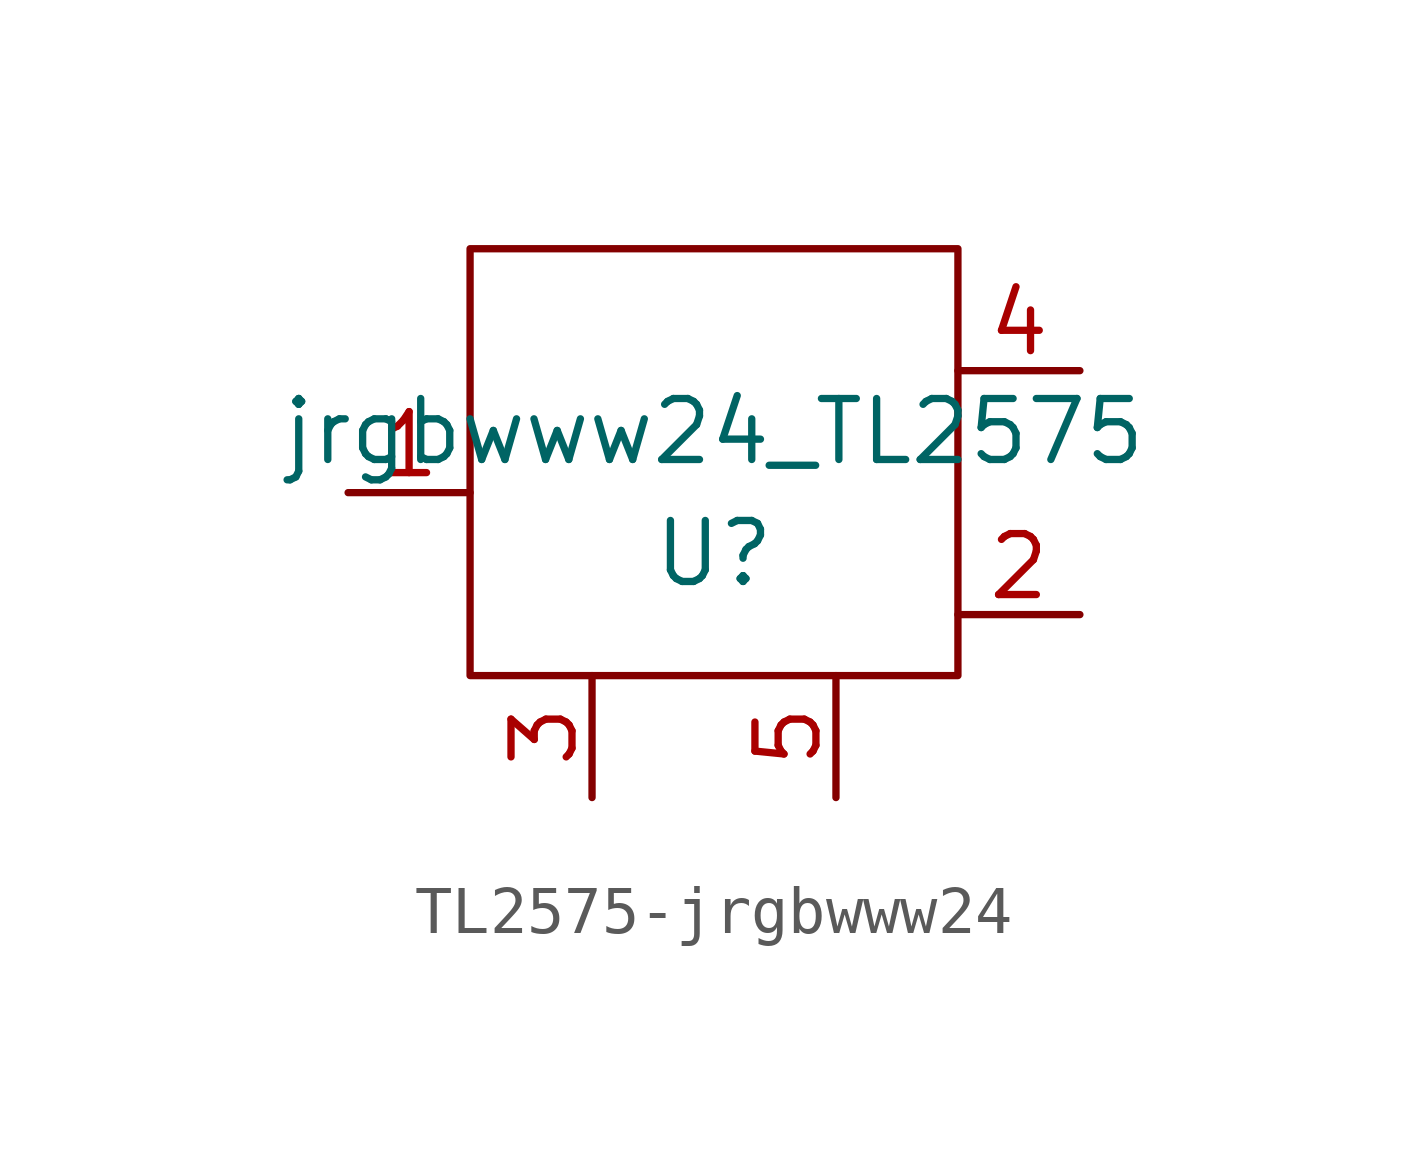
<source format=kicad_sym>
(kicad_symbol_lib
  (version 20220914)
  (generator kicad_symbol_editor)
  (symbol "TL2575-jrgbwww24"
    (pin_names
      (offset 1.016))
    (property "Reference" "U"
      (at 0 -1.27 0)
      (effects (font (size 1.27 1.27))))
    (property "Value" "jrgbwww24_TL2575"
      (at 0 1.27 0)
      (effects (font (size 1.27 1.27))))
    (symbol "TL2575-jrgbwww24_0_1"
      (rectangle (start -5.08 5.08) (end 5.08 -3.81) (stroke (width 0) (type solid)) (fill (type none))))
    (symbol "TL2575-jrgbwww24_1_1"
      (pin power_in line (at -7.62 0 0) (length 2.54) (name "~" (effects (font (size 1.27 1.27)))) (number "1" (effects (font (size 1.27 1.27)))))
      (pin output line (at 7.62 -2.54 180) (length 2.54) (name "~" (effects (font (size 1.27 1.27)))) (number "2" (effects (font (size 1.27 1.27)))))
      (pin power_in line (at -2.54 -6.35 90) (length 2.54) (name "~" (effects (font (size 1.27 1.27)))) (number "3" (effects (font (size 1.27 1.27)))))
      (pin input line (at 7.62 2.54 180) (length 2.54) (name "~" (effects (font (size 1.27 1.27)))) (number "4" (effects (font (size 1.27 1.27)))))
      (pin input line (at 2.54 -6.35 90) (length 2.54) (name "~" (effects (font (size 1.27 1.27)))) (number "5" (effects (font (size 1.27 1.27))))))))
</source>
